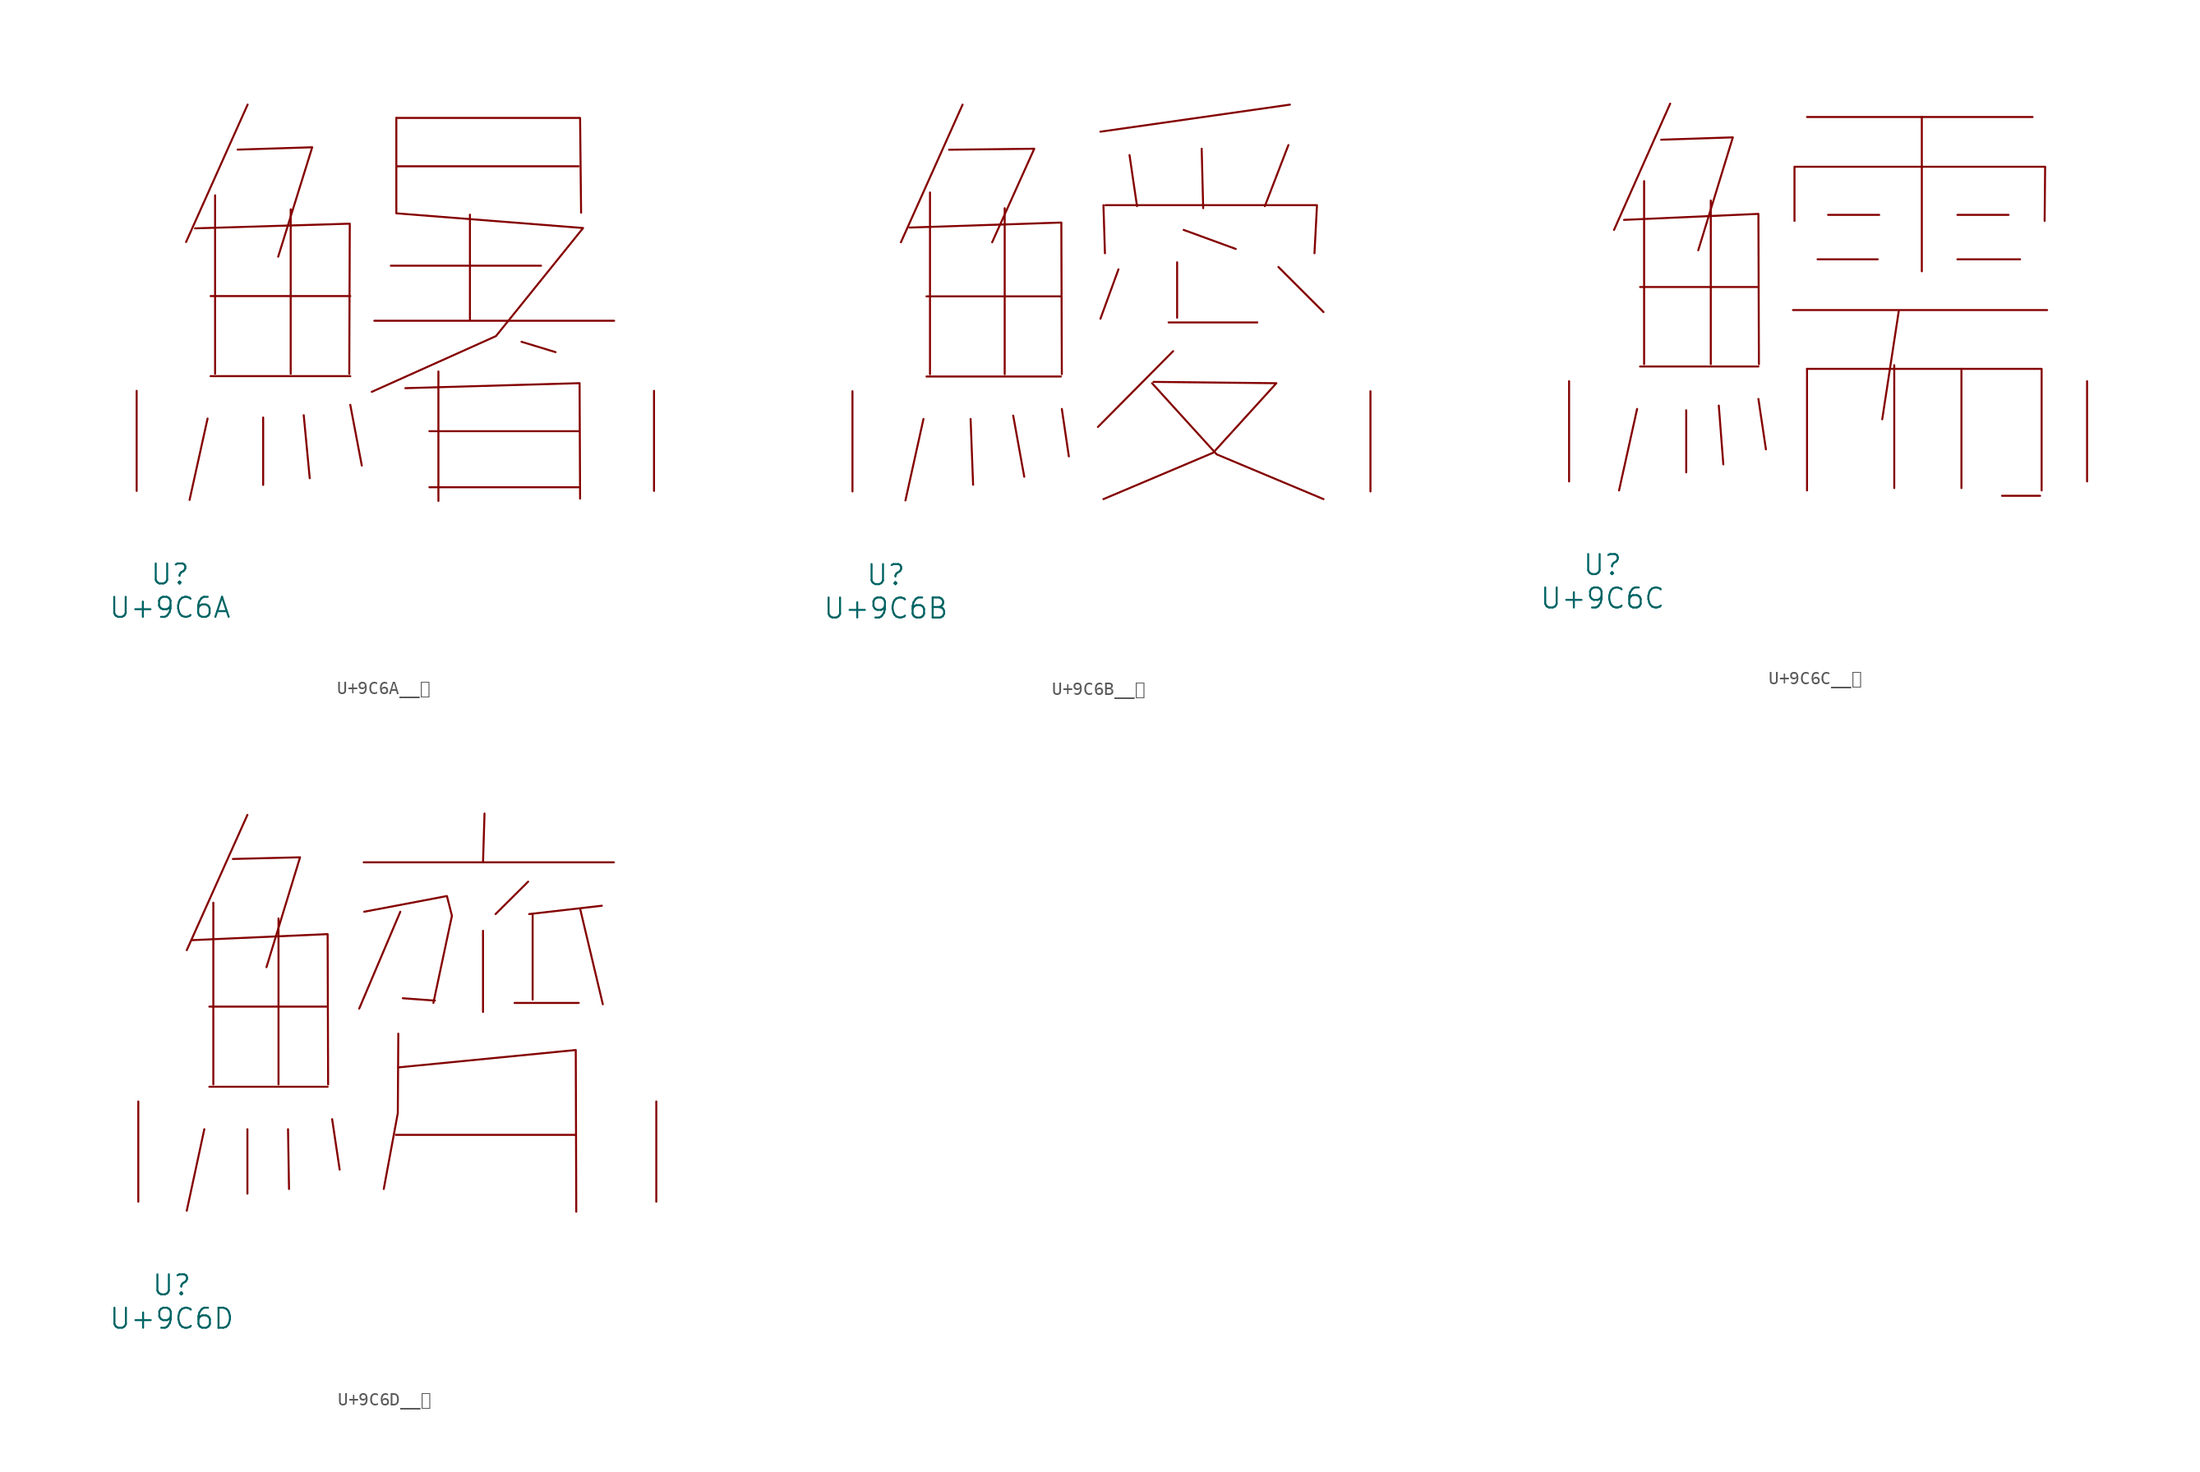
<source format=kicad_sym>
(kicad_symbol_lib
  (version 20231120)
  (generator "kicad_symbol_editor")
  (generator_version "8.0")
  (symbol "U+9C6A__鱪"
    (pin_names
      (offset 1.016))
    (property "Reference" "U"
      (at 0 -6.35 0)
      (effects (font (size 1.524 1.524))))
    (property "Value" "U+9C6A"
      (at 0 -8.89 0)
      (effects (font (size 1.524 1.524))))
    (symbol "U+9C6A__鱪_0_1"
      (polyline (pts (xy 2.857 5.512) (xy 1.486 -0.686)) (stroke (width 0) (type solid)) (fill (type none)))
      (polyline (pts (xy 3.086 8.738) (xy 13.716 8.738)) (stroke (width 0) (type solid)) (fill (type none)))
      (polyline (pts (xy 3.086 14.834) (xy 13.716 14.834)) (stroke (width 0) (type solid)) (fill (type none)))
      (polyline (pts (xy 3.429 22.504) (xy 3.429 8.915)) (stroke (width 0) (type solid)) (fill (type none)))
      (polyline (pts (xy 5.905 29.413) (xy 1.219 18.948)) (stroke (width 0) (type solid)) (fill (type none)))
      (polyline (pts (xy 7.087 5.588) (xy 7.087 0.457)) (stroke (width 0) (type solid)) (fill (type none)))
      (polyline (pts (xy 9.182 21.438) (xy 9.182 8.915)) (stroke (width 0) (type solid)) (fill (type none)))
      (polyline (pts (xy 10.173 5.766) (xy 10.63 0.965)) (stroke (width 0) (type solid)) (fill (type none)))
      (polyline (pts (xy 13.716 6.553) (xy 14.592 1.93)) (stroke (width 0) (type solid)) (fill (type none)))
      (polyline (pts (xy 15.545 12.954) (xy 33.795 12.954)) (stroke (width 0) (type solid)) (fill (type none)))
      (polyline (pts (xy 16.802 17.145) (xy 28.232 17.145)) (stroke (width 0) (type solid)) (fill (type none)))
      (polyline (pts (xy 17.221 24.714) (xy 31.09 24.714)) (stroke (width 0) (type solid)) (fill (type none)))
      (polyline (pts (xy 19.736 0.279) (xy 31.09 0.279)) (stroke (width 0) (type solid)) (fill (type none)))
      (polyline (pts (xy 19.736 4.547) (xy 31.09 4.547)) (stroke (width 0) (type solid)) (fill (type none)))
      (polyline (pts (xy 20.422 9.093) (xy 20.422 -0.762)) (stroke (width 0) (type solid)) (fill (type none)))
      (polyline (pts (xy 22.822 21.031) (xy 22.822 13.03)) (stroke (width 0) (type solid)) (fill (type none)))
      (polyline (pts (xy 26.746 11.354) (xy 29.337 10.566)) (stroke (width 0) (type solid)) (fill (type none)))
      (polyline (pts (xy 1.905 19.99) (xy 13.678 20.345) (xy 13.64 8.915)) (stroke (width 0) (type solid)) (fill (type none)))
      (polyline (pts (xy 5.144 25.984) (xy 10.82 26.162) (xy 8.23 17.831)) (stroke (width 0) (type solid)) (fill (type none)))
      (polyline (pts (xy 17.221 28.397) (xy 31.204 28.397) (xy 31.28 21.184)) (stroke (width 0) (type solid)) (fill (type none)))
      (polyline (pts (xy 17.907 7.823) (xy 31.166 8.204) (xy 31.204 -0.584)) (stroke (width 0) (type solid)) (fill (type none)))
      (polyline (pts (xy 17.221 28.397) (xy 17.221 21.133) (xy 31.433 20.015) (xy 24.803 11.786) (xy 15.354 7.544)) (stroke (width 0) (type solid)) (fill (type none)))
      (pin input line (at -2.54 0 90) (length 7.62) (name "~" (effects (font (size 1.27 1.27)))) (number "~" (effects (font (size 1.27 1.27)))))
      (pin input line (at 36.83 0 90) (length 7.62) (name "~" (effects (font (size 1.27 1.27)))) (number "~" (effects (font (size 1.27 1.27)))))))
  (symbol "U+9C6B__鱫"
    (pin_names
      (offset 1.016))
    (property "Reference" "U"
      (at 0 -6.35 0)
      (effects (font (size 1.524 1.524))))
    (property "Value" "U+9C6B"
      (at 0 -8.89 0)
      (effects (font (size 1.524 1.524))))
    (symbol "U+9C6B__鱫_0_1"
      (polyline (pts (xy 2.857 5.512) (xy 1.486 -0.686)) (stroke (width 0) (type solid)) (fill (type none)))
      (polyline (pts (xy 3.086 8.738) (xy 13.297 8.738)) (stroke (width 0) (type solid)) (fill (type none)))
      (polyline (pts (xy 3.086 14.834) (xy 13.297 14.834)) (stroke (width 0) (type solid)) (fill (type none)))
      (polyline (pts (xy 3.353 22.733) (xy 3.353 8.915)) (stroke (width 0) (type solid)) (fill (type none)))
      (polyline (pts (xy 5.829 29.413) (xy 1.143 18.948)) (stroke (width 0) (type solid)) (fill (type none)))
      (polyline (pts (xy 6.439 5.512) (xy 6.629 0.508)) (stroke (width 0) (type solid)) (fill (type none)))
      (polyline (pts (xy 9.03 21.539) (xy 9.03 8.915)) (stroke (width 0) (type solid)) (fill (type none)))
      (polyline (pts (xy 9.677 5.766) (xy 10.516 1.118)) (stroke (width 0) (type solid)) (fill (type none)))
      (polyline (pts (xy 13.373 6.274) (xy 13.906 2.667)) (stroke (width 0) (type solid)) (fill (type none)))
      (polyline (pts (xy 16.535 21.768) (xy 16.65 18.11)) (stroke (width 0) (type solid)) (fill (type none)))
      (polyline (pts (xy 17.678 16.891) (xy 16.307 13.132)) (stroke (width 0) (type solid)) (fill (type none)))
      (polyline (pts (xy 18.517 25.578) (xy 19.088 21.692)) (stroke (width 0) (type solid)) (fill (type none)))
      (polyline (pts (xy 21.488 12.852) (xy 28.232 12.852)) (stroke (width 0) (type solid)) (fill (type none)))
      (polyline (pts (xy 21.831 10.668) (xy 16.116 4.902)) (stroke (width 0) (type solid)) (fill (type none)))
      (polyline (pts (xy 22.136 17.424) (xy 22.136 13.208)) (stroke (width 0) (type solid)) (fill (type none)))
      (polyline (pts (xy 22.631 19.888) (xy 26.594 18.44)) (stroke (width 0) (type solid)) (fill (type none)))
      (polyline (pts (xy 24.003 26.06) (xy 24.117 21.539)) (stroke (width 0) (type solid)) (fill (type none)))
      (polyline (pts (xy 29.832 17.069) (xy 33.261 13.64)) (stroke (width 0) (type solid)) (fill (type none)))
      (polyline (pts (xy 30.594 26.34) (xy 28.804 21.692)) (stroke (width 0) (type solid)) (fill (type none)))
      (polyline (pts (xy 30.709 29.413) (xy 16.307 27.356)) (stroke (width 0) (type solid)) (fill (type none)))
      (polyline (pts (xy 1.791 20.066) (xy 13.335 20.447) (xy 13.373 8.915)) (stroke (width 0) (type solid)) (fill (type none)))
      (polyline (pts (xy 4.801 25.984) (xy 11.278 26.06) (xy 8.077 18.948)) (stroke (width 0) (type solid)) (fill (type none)))
      (polyline (pts (xy 16.688 21.768) (xy 32.766 21.768) (xy 32.575 18.11)) (stroke (width 0) (type solid)) (fill (type none)))
      (polyline (pts (xy 20.231 8.23) (xy 25.146 2.819) (xy 33.261 -0.584)) (stroke (width 0) (type solid)) (fill (type none)))
      (polyline (pts (xy 20.345 8.331) (xy 29.68 8.23) (xy 24.879 2.946) (xy 16.535 -0.584)) (stroke (width 0) (type solid)) (fill (type none)))
      (pin input line (at -2.54 0 90) (length 7.62) (name "~" (effects (font (size 1.27 1.27)))) (number "~" (effects (font (size 1.27 1.27)))))
      (pin input line (at 36.83 0 90) (length 7.62) (name "~" (effects (font (size 1.27 1.27)))) (number "~" (effects (font (size 1.27 1.27)))))))
  (symbol "U+9C6C__鱬"
    (pin_names
      (offset 1.016))
    (property "Reference" "U"
      (at 0 -6.35 0)
      (effects (font (size 1.524 1.524))))
    (property "Value" "U+9C6C"
      (at 0 -8.89 0)
      (effects (font (size 1.524 1.524))))
    (symbol "U+9C6C__鱬_0_1"
      (polyline (pts (xy 2.629 5.512) (xy 1.257 -0.686)) (stroke (width 0) (type solid)) (fill (type none)))
      (polyline (pts (xy 2.857 8.738) (xy 11.849 8.738)) (stroke (width 0) (type solid)) (fill (type none)))
      (polyline (pts (xy 2.857 14.783) (xy 11.849 14.783)) (stroke (width 0) (type solid)) (fill (type none)))
      (polyline (pts (xy 3.162 22.835) (xy 3.162 8.915)) (stroke (width 0) (type solid)) (fill (type none)))
      (polyline (pts (xy 5.144 28.727) (xy 0.876 19.126)) (stroke (width 0) (type solid)) (fill (type none)))
      (polyline (pts (xy 6.363 5.41) (xy 6.363 0.686)) (stroke (width 0) (type solid)) (fill (type none)))
      (polyline (pts (xy 8.23 21.361) (xy 8.23 8.915)) (stroke (width 0) (type solid)) (fill (type none)))
      (polyline (pts (xy 8.839 5.766) (xy 9.182 1.295)) (stroke (width 0) (type solid)) (fill (type none)))
      (polyline (pts (xy 11.849 6.274) (xy 12.421 2.438)) (stroke (width 0) (type solid)) (fill (type none)))
      (polyline (pts (xy 14.478 13.03) (xy 33.795 13.03)) (stroke (width 0) (type solid)) (fill (type none)))
      (polyline (pts (xy 14.592 23.927) (xy 14.592 19.812)) (stroke (width 0) (type solid)) (fill (type none)))
      (polyline (pts (xy 15.545 8.56) (xy 15.545 -0.686)) (stroke (width 0) (type solid)) (fill (type none)))
      (polyline (pts (xy 15.545 27.711) (xy 32.69 27.711)) (stroke (width 0) (type solid)) (fill (type none)))
      (polyline (pts (xy 16.345 16.891) (xy 20.917 16.891)) (stroke (width 0) (type solid)) (fill (type none)))
      (polyline (pts (xy 17.145 20.269) (xy 21.031 20.269)) (stroke (width 0) (type solid)) (fill (type none)))
      (polyline (pts (xy 22.174 8.839) (xy 22.174 -0.508)) (stroke (width 0) (type solid)) (fill (type none)))
      (polyline (pts (xy 22.517 12.954) (xy 21.26 4.724)) (stroke (width 0) (type solid)) (fill (type none)))
      (polyline (pts (xy 24.27 27.711) (xy 24.27 15.977)) (stroke (width 0) (type solid)) (fill (type none)))
      (polyline (pts (xy 26.975 16.891) (xy 31.737 16.891)) (stroke (width 0) (type solid)) (fill (type none)))
      (polyline (pts (xy 26.975 20.269) (xy 30.861 20.269)) (stroke (width 0) (type solid)) (fill (type none)))
      (polyline (pts (xy 27.28 8.56) (xy 27.28 -0.508)) (stroke (width 0) (type solid)) (fill (type none)))
      (polyline (pts (xy 30.366 -1.092) (xy 33.261 -1.092)) (stroke (width 0) (type solid)) (fill (type none)))
      (polyline (pts (xy 1.638 19.888) (xy 11.849 20.345) (xy 11.887 8.915)) (stroke (width 0) (type solid)) (fill (type none)))
      (polyline (pts (xy 4.458 25.984) (xy 9.906 26.162) (xy 7.277 17.577)) (stroke (width 0) (type solid)) (fill (type none)))
      (polyline (pts (xy 14.63 23.927) (xy 33.642 23.927) (xy 33.604 19.812)) (stroke (width 0) (type solid)) (fill (type none)))
      (polyline (pts (xy 15.545 8.56) (xy 33.376 8.56) (xy 33.376 -0.686)) (stroke (width 0) (type solid)) (fill (type none)))
      (pin input line (at -2.54 0 90) (length 7.62) (name "~" (effects (font (size 1.27 1.27)))) (number "~" (effects (font (size 1.27 1.27)))))
      (pin input line (at 36.83 0 90) (length 7.62) (name "~" (effects (font (size 1.27 1.27)))) (number "~" (effects (font (size 1.27 1.27)))))))
  (symbol "U+9C6D__鱭"
    (pin_names
      (offset 1.016))
    (property "Reference" "U"
      (at 0 -6.35 0)
      (effects (font (size 1.524 1.524))))
    (property "Value" "U+9C6D"
      (at 0 -8.89 0)
      (effects (font (size 1.524 1.524))))
    (symbol "U+9C6D__鱭_0_1"
      (polyline (pts (xy 2.477 5.512) (xy 1.143 -0.686)) (stroke (width 0) (type solid)) (fill (type none)))
      (polyline (pts (xy 2.857 8.738) (xy 11.849 8.738)) (stroke (width 0) (type solid)) (fill (type none)))
      (polyline (pts (xy 2.857 14.834) (xy 11.849 14.834)) (stroke (width 0) (type solid)) (fill (type none)))
      (polyline (pts (xy 3.162 22.733) (xy 3.162 8.915)) (stroke (width 0) (type solid)) (fill (type none)))
      (polyline (pts (xy 5.753 5.512) (xy 5.753 0.61)) (stroke (width 0) (type solid)) (fill (type none)))
      (polyline (pts (xy 5.753 29.413) (xy 1.143 19.126)) (stroke (width 0) (type solid)) (fill (type none)))
      (polyline (pts (xy 8.115 21.539) (xy 8.115 8.915)) (stroke (width 0) (type solid)) (fill (type none)))
      (polyline (pts (xy 8.839 5.512) (xy 8.915 0.965)) (stroke (width 0) (type solid)) (fill (type none)))
      (polyline (pts (xy 12.192 6.274) (xy 12.764 2.438)) (stroke (width 0) (type solid)) (fill (type none)))
      (polyline (pts (xy 14.592 25.806) (xy 33.604 25.806)) (stroke (width 0) (type solid)) (fill (type none)))
      (polyline (pts (xy 17.031 5.08) (xy 30.709 5.08)) (stroke (width 0) (type solid)) (fill (type none)))
      (polyline (pts (xy 17.374 22.047) (xy 14.249 14.681)) (stroke (width 0) (type solid)) (fill (type none)))
      (polyline (pts (xy 20.003 15.291) (xy 17.564 15.469)) (stroke (width 0) (type solid)) (fill (type none)))
      (polyline (pts (xy 23.66 20.599) (xy 23.66 14.427)) (stroke (width 0) (type solid)) (fill (type none)))
      (polyline (pts (xy 23.774 29.515) (xy 23.66 25.806)) (stroke (width 0) (type solid)) (fill (type none)))
      (polyline (pts (xy 26.06 15.113) (xy 30.937 15.113)) (stroke (width 0) (type solid)) (fill (type none)))
      (polyline (pts (xy 27.089 24.333) (xy 24.613 21.869)) (stroke (width 0) (type solid)) (fill (type none)))
      (polyline (pts (xy 27.432 21.869) (xy 27.432 15.367)) (stroke (width 0) (type solid)) (fill (type none)))
      (polyline (pts (xy 31.052 22.225) (xy 32.766 15.011)) (stroke (width 0) (type solid)) (fill (type none)))
      (polyline (pts (xy 32.69 22.504) (xy 27.165 21.869)) (stroke (width 0) (type solid)) (fill (type none)))
      (polyline (pts (xy 1.562 19.888) (xy 11.849 20.345) (xy 11.887 8.915)) (stroke (width 0) (type solid)) (fill (type none)))
      (polyline (pts (xy 4.648 26.06) (xy 9.754 26.187) (xy 7.201 17.831)) (stroke (width 0) (type solid)) (fill (type none)))
      (polyline (pts (xy 17.221 10.211) (xy 30.709 11.532) (xy 30.747 -0.762)) (stroke (width 0) (type solid)) (fill (type none)))
      (polyline (pts (xy 17.221 12.776) (xy 17.183 6.731) (xy 16.116 0.965)) (stroke (width 0) (type solid)) (fill (type none)))
      (polyline (pts (xy 14.63 22.047) (xy 20.917 23.241) (xy 21.298 21.742) (xy 19.888 15.113)) (stroke (width 0) (type solid)) (fill (type none)))
      (pin input line (at -2.54 0 90) (length 7.62) (name "~" (effects (font (size 1.27 1.27)))) (number "~" (effects (font (size 1.27 1.27)))))
      (pin input line (at 36.83 0 90) (length 7.62) (name "~" (effects (font (size 1.27 1.27)))) (number "~" (effects (font (size 1.27 1.27))))))))
</source>
